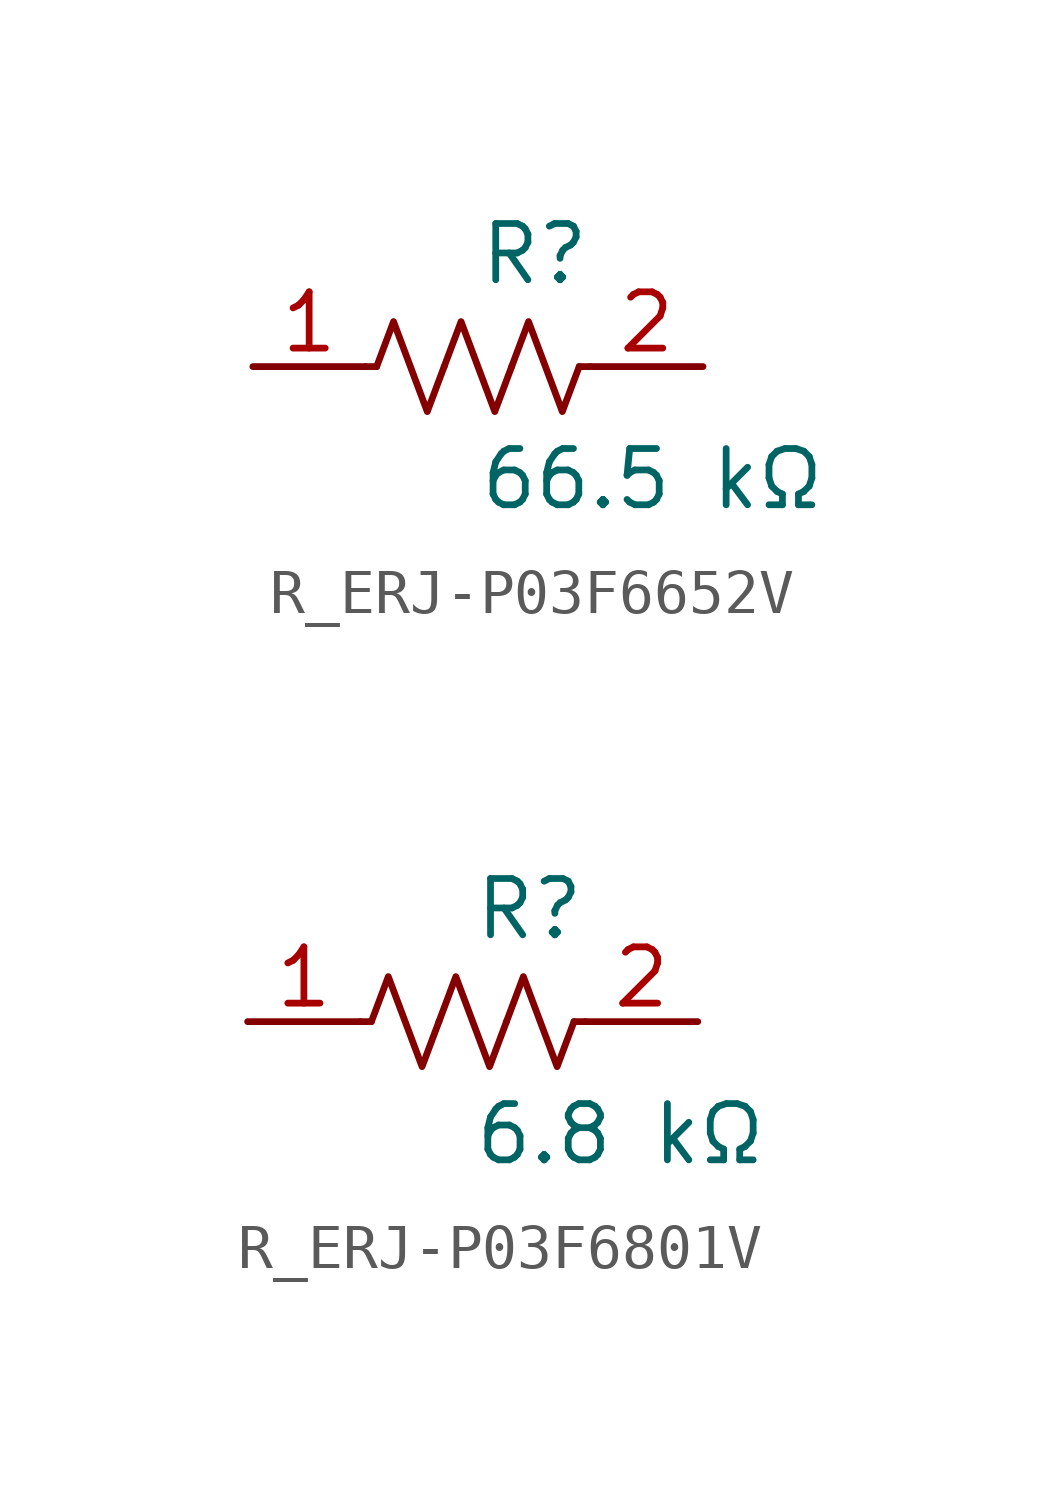
<source format=kicad_sym>
(kicad_symbol_lib
  (version 20231120)
  (generator kicad_symbol_editor)
  (generator_version 8.0)
  (symbol "R_ERJ-P03F6652V"
    (pin_names
      (offset 0.254))
    (property "Reference" "R"
      (at 0.0 2.54 0)
      (effects (font (size 1.27 1.27)) (justify left)))
    (property "Value" "66.5 kΩ"
      (at 0.0 -2.54 0)
      (effects (font (size 1.27 1.27)) (justify left)))
    (symbol "R_ERJ-P03F6652V_0_1"
      (polyline (pts (xy 2.286 0) (xy 2.54 0)) (stroke (width 0) (type default)) (fill (type none)))
      (polyline (pts (xy -2.286 0) (xy -2.54 0)) (stroke (width 0) (type default)) (fill (type none)))
      (polyline (pts (xy 0.762 0) (xy 1.143 1.016) (xy 1.524 0) (xy 1.905 -1.016) (xy 2.286 0)) (stroke (width 0) (type default)) (fill (type none)))
      (polyline (pts (xy -0.762 0) (xy -0.381 1.016) (xy 0 0) (xy 0.381 -1.016) (xy 0.762 0)) (stroke (width 0) (type default)) (fill (type none)))
      (polyline (pts (xy -2.286 0) (xy -1.905 1.016) (xy -1.524 0) (xy -1.143 -1.016) (xy -0.762 0)) (stroke (width 0) (type default)) (fill (type none))))
    (pin unspecified line
      (at -5.08 0 0)
      (length 2.54)
      (name "" (effects (font (size 1.27 1.27))))
      (number "1" (effects (font (size 1.27 1.27)))))
    (pin unspecified line
      (at 5.08 0 180)
      (length 2.54)
      (name "" (effects (font (size 1.27 1.27))))
      (number "2" (effects (font (size 1.27 1.27))))))
  (symbol "R_ERJ-P03F6801V"
    (pin_names
      (offset 0.254))
    (property "Reference" "R"
      (at 0.0 2.54 0)
      (effects (font (size 1.27 1.27)) (justify left)))
    (property "Value" "6.8 kΩ"
      (at 0.0 -2.54 0)
      (effects (font (size 1.27 1.27)) (justify left)))
    (symbol "R_ERJ-P03F6801V_0_1"
      (polyline (pts (xy 2.286 0) (xy 2.54 0)) (stroke (width 0) (type default)) (fill (type none)))
      (polyline (pts (xy -2.286 0) (xy -2.54 0)) (stroke (width 0) (type default)) (fill (type none)))
      (polyline (pts (xy 0.762 0) (xy 1.143 1.016) (xy 1.524 0) (xy 1.905 -1.016) (xy 2.286 0)) (stroke (width 0) (type default)) (fill (type none)))
      (polyline (pts (xy -0.762 0) (xy -0.381 1.016) (xy 0 0) (xy 0.381 -1.016) (xy 0.762 0)) (stroke (width 0) (type default)) (fill (type none)))
      (polyline (pts (xy -2.286 0) (xy -1.905 1.016) (xy -1.524 0) (xy -1.143 -1.016) (xy -0.762 0)) (stroke (width 0) (type default)) (fill (type none))))
    (pin unspecified line
      (at -5.08 0 0)
      (length 2.54)
      (name "" (effects (font (size 1.27 1.27))))
      (number "1" (effects (font (size 1.27 1.27)))))
    (pin unspecified line
      (at 5.08 0 180)
      (length 2.54)
      (name "" (effects (font (size 1.27 1.27))))
      (number "2" (effects (font (size 1.27 1.27)))))))
</source>
